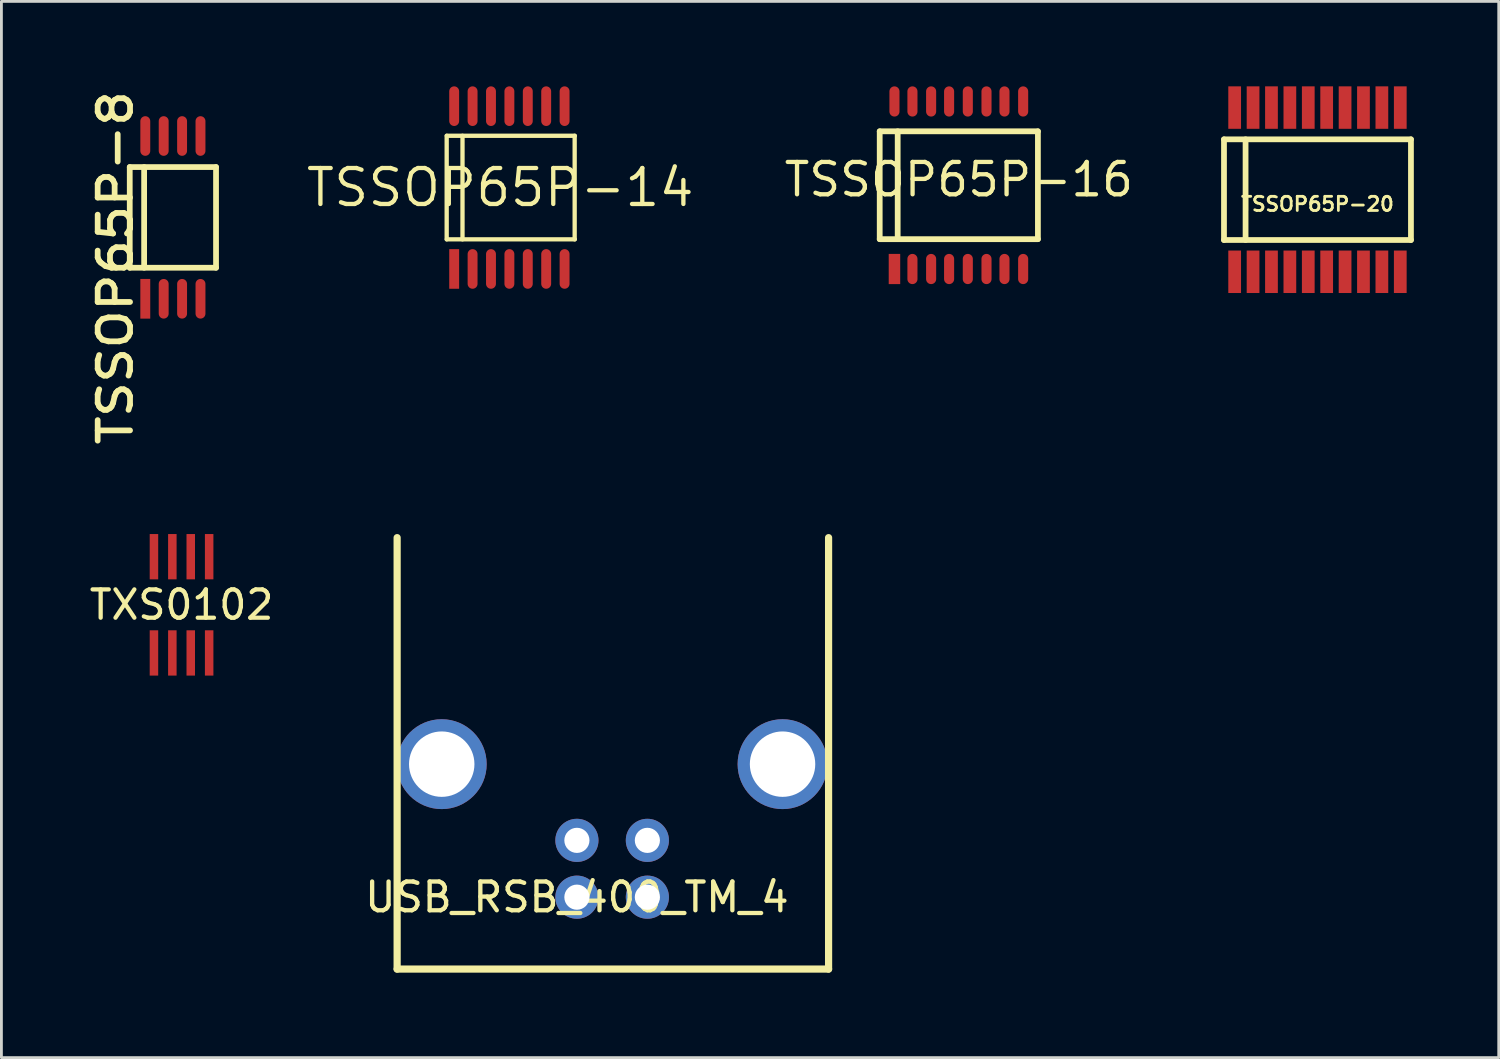
<source format=kicad_pcb>
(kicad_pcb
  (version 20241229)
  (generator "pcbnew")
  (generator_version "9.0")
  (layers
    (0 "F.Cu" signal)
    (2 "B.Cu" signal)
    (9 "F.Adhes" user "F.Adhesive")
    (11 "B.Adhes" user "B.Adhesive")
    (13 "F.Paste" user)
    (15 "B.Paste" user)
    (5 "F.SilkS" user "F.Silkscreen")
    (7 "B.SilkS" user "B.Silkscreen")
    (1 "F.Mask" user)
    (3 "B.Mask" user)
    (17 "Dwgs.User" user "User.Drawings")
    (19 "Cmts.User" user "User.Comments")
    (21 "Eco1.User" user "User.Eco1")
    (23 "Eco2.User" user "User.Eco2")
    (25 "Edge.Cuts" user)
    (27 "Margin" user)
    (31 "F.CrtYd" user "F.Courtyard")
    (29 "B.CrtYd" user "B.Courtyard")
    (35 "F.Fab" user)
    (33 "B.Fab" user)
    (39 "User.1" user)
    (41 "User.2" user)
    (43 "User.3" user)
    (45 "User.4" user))
  (footprint "TSSOP65P-20"
    (layer "F.Cu")
    (at 43.487 3.65)
    (property "Reference" "TSSOP65P-20" (at 0 0.508 0) (layer "F.SilkS") (effects (font (size 0.5 0.5) (thickness 0.099))))
    (attr smd)
    (fp_line (start -3.302 -1.778) (end 3.302 -1.778) (stroke (width 0.203) (type solid)) (layer "F.SilkS"))
    (fp_line (start -3.302 1.778) (end -3.302 -1.778) (stroke (width 0.203) (type solid)) (layer "F.SilkS"))
    (fp_line (start -2.54 -1.778) (end -2.54 1.778) (stroke (width 0.203) (type solid)) (layer "F.SilkS"))
    (fp_line (start 3.302 -1.778) (end 3.302 1.778) (stroke (width 0.203) (type solid)) (layer "F.SilkS"))
    (fp_line (start 3.302 1.778) (end -3.302 1.778) (stroke (width 0.203) (type solid)) (layer "F.SilkS"))
    (fp_line (start -3.302 -1.778) (end -3.302 1.778) (stroke (width 0.203) (type solid)) (layer "Eco1.User"))
    (fp_line (start -3.302 1.778) (end 3.302 1.778) (stroke (width 0.203) (type solid)) (layer "Eco1.User"))
    (fp_line (start -2.54 -1.778) (end -2.54 1.778) (stroke (width 0.203) (type solid)) (layer "Eco1.User"))
    (fp_line (start 3.302 -1.778) (end -3.302 -1.778) (stroke (width 0.203) (type solid)) (layer "Eco1.User"))
    (fp_line (start 3.302 -1.778) (end 3.302 1.778) (stroke (width 0.203) (type solid)) (layer "Eco1.User"))
    (pad "1" smd rect (at -2.925 2.9) (size 0.45 1.5) (layers "F.Cu" "F.Mask" "F.Paste"))
    (pad "2" smd rect (at -2.275 2.9) (size 0.45 1.5) (layers "F.Cu" "F.Mask" "F.Paste"))
    (pad "3" smd rect (at -1.625 2.9) (size 0.45 1.5) (layers "F.Cu" "F.Mask" "F.Paste"))
    (pad "4" smd rect (at -0.975 2.9) (size 0.45 1.5) (layers "F.Cu" "F.Mask" "F.Paste"))
    (pad "5" smd rect (at -0.325 2.9) (size 0.45 1.5) (layers "F.Cu" "F.Mask" "F.Paste"))
    (pad "6" smd rect (at 0.325 2.9) (size 0.45 1.5) (layers "F.Cu" "F.Mask" "F.Paste"))
    (pad "7" smd rect (at 0.975 2.9) (size 0.45 1.5) (layers "F.Cu" "F.Mask" "F.Paste"))
    (pad "8" smd rect (at 1.625 2.9) (size 0.45 1.5) (layers "F.Cu" "F.Mask" "F.Paste"))
    (pad "9" smd rect (at 2.275 2.9) (size 0.45 1.5) (layers "F.Cu" "F.Mask" "F.Paste"))
    (pad "10" smd rect (at 2.925 2.9) (size 0.45 1.5) (layers "F.Cu" "F.Mask" "F.Paste"))
    (pad "11" smd rect (at 2.925 -2.9) (size 0.45 1.5) (layers "F.Cu" "F.Mask" "F.Paste"))
    (pad "12" smd rect (at 2.275 -2.9) (size 0.45 1.5) (layers "F.Cu" "F.Mask" "F.Paste"))
    (pad "13" smd rect (at 1.625 -2.9) (size 0.45 1.5) (layers "F.Cu" "F.Mask" "F.Paste"))
    (pad "14" smd rect (at 0.975 -2.9) (size 0.45 1.5) (layers "F.Cu" "F.Mask" "F.Paste"))
    (pad "15" smd rect (at 0.325 -2.9) (size 0.45 1.5) (layers "F.Cu" "F.Mask" "F.Paste"))
    (pad "16" smd rect (at -0.325 -2.9) (size 0.45 1.5) (layers "F.Cu" "F.Mask" "F.Paste"))
    (pad "17" smd rect (at -0.975 -2.9) (size 0.45 1.5) (layers "F.Cu" "F.Mask" "F.Paste"))
    (pad "18" smd rect (at -1.625 -2.9) (size 0.45 1.5) (layers "F.Cu" "F.Mask" "F.Paste"))
    (pad "19" smd rect (at -2.275 -2.9) (size 0.45 1.5) (layers "F.Cu" "F.Mask" "F.Paste"))
    (pad "20" smd rect (at -2.925 -2.9) (size 0.45 1.5) (layers "F.Cu" "F.Mask" "F.Paste")))
  (footprint "TXS0102"
    (layer "F.Cu")
    (at 3.363 18.314)
    (property "Reference" "TXS0102" (at 0 0 0) (layer "F.SilkS") (effects (font (size 1 1) (thickness 0.15))))
    (attr smd)
    (pad "1" smd rect (at -0.975 1.7) (size 0.3 1.6) (layers "F.Cu" "F.Mask" "F.Paste"))
    (pad "2" smd rect (at -0.325 1.7) (size 0.3 1.6) (layers "F.Cu" "F.Mask" "F.Paste"))
    (pad "3" smd rect (at 0.325 1.7) (size 0.3 1.6) (layers "F.Cu" "F.Mask" "F.Paste"))
    (pad "4" smd rect (at 0.975 1.7) (size 0.3 1.6) (layers "F.Cu" "F.Mask" "F.Paste"))
    (pad "5" smd rect (at 0.975 -1.7) (size 0.3 1.6) (layers "F.Cu" "F.Mask" "F.Paste"))
    (pad "6" smd rect (at 0.325 -1.7) (size 0.3 1.6) (layers "F.Cu" "F.Mask" "F.Paste"))
    (pad "7" smd rect (at -0.325 -1.7) (size 0.3 1.6) (layers "F.Cu" "F.Mask" "F.Paste"))
    (pad "8" smd rect (at -0.975 -1.7) (size 0.3 1.6) (layers "F.Cu" "F.Mask" "F.Paste")))
  (footprint "TSSOP65P-8"
    (layer "F.Cu")
    (at 3.057 4.629)
    (property "Reference" "TSSOP65P-8" (at -2.032 1.778 90) (layer "F.SilkS") (effects (font (size 1.143 1.27) (thickness 0.203))))
    (attr smd)
    (fp_line (start -1.524 -1.778) (end -1.524 1.778) (stroke (width 0.203) (type solid)) (layer "F.SilkS"))
    (fp_line (start -1.524 1.778) (end 1.524 1.778) (stroke (width 0.203) (type solid)) (layer "F.SilkS"))
    (fp_line (start -1.016 1.778) (end -1.016 -1.778) (stroke (width 0.203) (type solid)) (layer "F.SilkS"))
    (fp_line (start 1.524 -1.778) (end -1.524 -1.778) (stroke (width 0.203) (type solid)) (layer "F.SilkS"))
    (fp_line (start 1.524 1.778) (end 1.524 -1.778) (stroke (width 0.203) (type solid)) (layer "F.SilkS"))
    (fp_line (start -1.524 -1.778) (end 1.524 -1.778) (stroke (width 0.203) (type solid)) (layer "Eco1.User"))
    (fp_line (start -1.524 1.778) (end -1.524 -1.778) (stroke (width 0.203) (type solid)) (layer "Eco1.User"))
    (fp_line (start -1.016 -1.778) (end -1.016 1.778) (stroke (width 0.203) (type solid)) (layer "Eco1.User"))
    (fp_line (start 1.524 -1.778) (end 1.524 1.778) (stroke (width 0.203) (type solid)) (layer "Eco1.User"))
    (fp_line (start 1.524 1.778) (end -1.524 1.778) (stroke (width 0.203) (type solid)) (layer "Eco1.User"))
    (pad "1" smd rect (at -0.975 2.875 90) (size 1.402 0.35) (layers "F.Cu" "F.Mask" "F.Paste" "Eco1.User"))
    (pad "2" smd oval (at -0.325 2.875 90) (size 1.4 0.35) (layers "F.Cu" "F.Mask" "F.Paste" "Eco1.User"))
    (pad "3" smd oval (at 0.325 2.875 90) (size 1.4 0.35) (layers "F.Cu" "F.Mask" "F.Paste" "Eco1.User"))
    (pad "4" smd oval (at 0.975 2.875 90) (size 1.4 0.35) (layers "F.Cu" "F.Mask" "F.Paste" "Eco1.User"))
    (pad "5" smd oval (at 0.975 -2.875 90) (size 1.4 0.35) (layers "F.Cu" "F.Mask" "F.Paste" "Eco1.User"))
    (pad "6" smd oval (at 0.325 -2.875 90) (size 1.4 0.35) (layers "F.Cu" "F.Mask" "F.Paste" "Eco1.User"))
    (pad "7" smd oval (at -0.325 -2.875 90) (size 1.4 0.35) (layers "F.Cu" "F.Mask" "F.Paste" "Eco1.User"))
    (pad "8" smd oval (at -0.975 -2.875 90) (size 1.4 0.35) (layers "F.Cu" "F.Mask" "F.Paste" "Eco1.User")))
  (footprint "TSSOP65P-14"
    (layer "F.Cu")
    (at 14.943 3.575)
    (property "Reference" "TSSOP65P-14" (at -0.325 0 0) (layer "F.SilkS") (effects (font (size 1.27 1.27) (thickness 0.152))))
    (attr smd)
    (fp_line (start -2.215 -1.829) (end -2.215 1.829) (stroke (width 0.152) (type solid)) (layer "F.SilkS"))
    (fp_line (start -2.21 -1.829) (end 2.311 -1.829) (stroke (width 0.152) (type solid)) (layer "F.SilkS"))
    (fp_line (start -2.21 1.829) (end 2.311 1.829) (stroke (width 0.152) (type solid)) (layer "F.SilkS"))
    (fp_line (start -1.656 -1.829) (end -1.656 1.829) (stroke (width 0.152) (type solid)) (layer "F.SilkS"))
    (fp_line (start 2.306 -1.829) (end 2.306 1.829) (stroke (width 0.152) (type solid)) (layer "F.SilkS"))
    (pad "1" smd rect (at -1.95 2.875 90) (size 1.4 0.35) (layers "F.Cu" "F.Mask" "F.Paste" "Eco1.User"))
    (pad "2" smd oval (at -1.3 2.875 90) (size 1.4 0.35) (layers "F.Cu" "F.Mask" "F.Paste" "Eco1.User"))
    (pad "3" smd oval (at -0.65 2.875 90) (size 1.4 0.35) (layers "F.Cu" "F.Mask" "F.Paste" "Eco1.User"))
    (pad "4" smd oval (at 0 2.875 90) (size 1.4 0.35) (layers "F.Cu" "F.Mask" "F.Paste" "Eco1.User"))
    (pad "5" smd oval (at 0.65 2.875 90) (size 1.4 0.35) (layers "F.Cu" "F.Mask" "F.Paste" "Eco1.User"))
    (pad "6" smd oval (at 1.3 2.875 90) (size 1.4 0.35) (layers "F.Cu" "F.Mask" "F.Paste" "Eco1.User"))
    (pad "7" smd oval (at 1.95 2.875 90) (size 1.4 0.35) (layers "F.Cu" "F.Mask" "F.Paste" "Eco1.User"))
    (pad "8" smd oval (at 1.95 -2.875 90) (size 1.4 0.35) (layers "F.Cu" "F.Mask" "F.Paste" "Eco1.User"))
    (pad "9" smd oval (at 1.3 -2.875 90) (size 1.4 0.35) (layers "F.Cu" "F.Mask" "F.Paste" "Eco1.User"))
    (pad "10" smd oval (at 0.65 -2.875 90) (size 1.4 0.35) (layers "F.Cu" "F.Mask" "F.Paste" "Eco1.User"))
    (pad "11" smd oval (at 0 -2.875 90) (size 1.4 0.35) (layers "F.Cu" "F.Mask" "F.Paste" "Eco1.User"))
    (pad "12" smd oval (at -0.65 -2.875 90) (size 1.4 0.35) (layers "F.Cu" "F.Mask" "F.Paste" "Eco1.User"))
    (pad "13" smd oval (at -1.3 -2.875 90) (size 1.4 0.35) (layers "F.Cu" "F.Mask" "F.Paste" "Eco1.User"))
    (pad "14" smd oval (at -1.95 -2.875 90) (size 1.4 0.35) (layers "F.Cu" "F.Mask" "F.Paste" "Eco1.User")))
  (footprint "TSSOP65P-16"
    (layer "F.Cu")
    (at 30.818 3.493)
    (property "Reference" "TSSOP65P-16" (at 0 -0.201 0) (layer "F.SilkS") (effects (font (size 1.143 1.143) (thickness 0.152))))
    (attr smd)
    (fp_line (start -2.794 -1.905) (end -2.794 1.905) (stroke (width 0.203) (type solid)) (layer "F.SilkS"))
    (fp_line (start -2.794 1.905) (end 2.794 1.905) (stroke (width 0.203) (type solid)) (layer "F.SilkS"))
    (fp_line (start -2.159 -1.905) (end -2.159 1.905) (stroke (width 0.203) (type solid)) (layer "F.SilkS"))
    (fp_line (start 2.794 -1.905) (end -2.794 -1.905) (stroke (width 0.203) (type solid)) (layer "F.SilkS"))
    (fp_line (start 2.794 1.905) (end 2.794 -1.905) (stroke (width 0.203) (type solid)) (layer "F.SilkS"))
    (fp_line (start -2.794 -1.905) (end -2.794 1.905) (stroke (width 0.203) (type solid)) (layer "Eco1.User"))
    (fp_line (start -2.794 1.905) (end 2.794 1.905) (stroke (width 0.203) (type solid)) (layer "Eco1.User"))
    (fp_line (start -2.159 1.905) (end -2.159 -1.905) (stroke (width 0.203) (type solid)) (layer "Eco1.User"))
    (fp_line (start 2.794 -1.905) (end -2.794 -1.905) (stroke (width 0.203) (type solid)) (layer "Eco1.User"))
    (fp_line (start 2.794 1.905) (end 2.794 -1.905) (stroke (width 0.203) (type solid)) (layer "Eco1.User"))
    (pad "1" smd rect (at -2.273 2.959 90) (size 1.067 0.406) (layers "F.Cu" "F.Mask" "F.Paste" "Eco1.User"))
    (pad "2" smd oval (at -1.638 2.959 90) (size 1.067 0.356) (layers "F.Cu" "F.Mask" "F.Paste" "Eco1.User"))
    (pad "3" smd oval (at -0.978 2.959 90) (size 1.067 0.356) (layers "F.Cu" "F.Mask" "F.Paste" "Eco1.User"))
    (pad "4" smd oval (at -0.343 2.959 90) (size 1.067 0.356) (layers "F.Cu" "F.Mask" "F.Paste" "Eco1.User"))
    (pad "5" smd oval (at 0.318 2.959 90) (size 1.067 0.356) (layers "F.Cu" "F.Mask" "F.Paste" "Eco1.User"))
    (pad "6" smd oval (at 0.978 2.959 90) (size 1.067 0.356) (layers "F.Cu" "F.Mask" "F.Paste" "Eco1.User"))
    (pad "7" smd oval (at 1.613 2.959 90) (size 1.067 0.356) (layers "F.Cu" "F.Mask" "F.Paste" "Eco1.User"))
    (pad "8" smd oval (at 2.273 2.959 90) (size 1.067 0.356) (layers "F.Cu" "F.Mask" "F.Paste" "Eco1.User"))
    (pad "9" smd oval (at 2.273 -2.959 90) (size 1.067 0.356) (layers "F.Cu" "F.Mask" "F.Paste" "Eco1.User"))
    (pad "10" smd oval (at 1.613 -2.959 90) (size 1.067 0.356) (layers "F.Cu" "F.Mask" "F.Paste" "Eco1.User"))
    (pad "11" smd oval (at 0.978 -2.959 90) (size 1.067 0.356) (layers "F.Cu" "F.Mask" "F.Paste" "Eco1.User"))
    (pad "12" smd oval (at 0.318 -2.959 90) (size 1.067 0.356) (layers "F.Cu" "F.Mask" "F.Paste" "Eco1.User"))
    (pad "13" smd oval (at -0.343 -2.959 90) (size 1.067 0.356) (layers "F.Cu" "F.Mask" "F.Paste" "Eco1.User"))
    (pad "14" smd oval (at -0.978 -2.959 90) (size 1.067 0.356) (layers "F.Cu" "F.Mask" "F.Paste" "Eco1.User"))
    (pad "15" smd oval (at -1.638 -2.959 90) (size 1.067 0.356) (layers "F.Cu" "F.Mask" "F.Paste" "Eco1.User"))
    (pad "16" smd oval (at -2.273 -2.959 90) (size 1.067 0.356) (layers "F.Cu" "F.Mask" "F.Paste" "Eco1.User")))
  (footprint "USB_RSB_400_TM_4"
    (layer "F.Cu")
    (at 17.328 28.641)
    (property "Reference" "USB_RSB_400_TM_4" (at 0 0 0) (layer "F.SilkS") (effects (font (size 1.016 1.016) (thickness 0.152))))
    (attr through_hole)
    (fp_line (start -6.35 2.54) (end -6.35 -12.7) (stroke (width 0.254) (type solid)) (layer "F.SilkS"))
    (fp_line (start -6.35 2.54) (end 8.89 2.54) (stroke (width 0.254) (type solid)) (layer "F.SilkS"))
    (fp_line (start 8.89 2.54) (end 8.89 -12.7) (stroke (width 0.254) (type solid)) (layer "F.SilkS"))
    (pad "1" thru_hole circle (at 0 0) (size 1.524 1.524) (drill 0.889) (layers "*.Cu" "*.Mask" "Eco1.User"))
    (pad "2" thru_hole circle (at 2.489 0) (size 1.524 1.524) (drill 0.889) (layers "*.Cu" "*.Mask" "Eco1.User"))
    (pad "3" thru_hole circle (at 2.489 -2.007) (size 1.524 1.524) (drill 0.889) (layers "*.Cu" "*.Mask" "Eco1.User"))
    (pad "4" thru_hole circle (at 0 -2.007) (size 1.524 1.524) (drill 0.889) (layers "*.Cu" "*.Mask" "Eco1.User"))
    (pad "5" thru_hole circle (at -4.775 -4.699) (size 3.175 3.175) (drill 2.311) (layers "*.Cu" "*.Mask" "Eco1.User"))
    (pad "5" thru_hole circle (at 7.264 -4.699) (size 3.175 3.175) (drill 2.311) (layers "*.Cu" "*.Mask" "Eco1.User")))
  (gr_rect
    (start -3 -3)
    (end 49.89 34.308)
    (stroke (width 0.1) (type default))
    (fill no)
    (layer "Edge.Cuts")))
</source>
